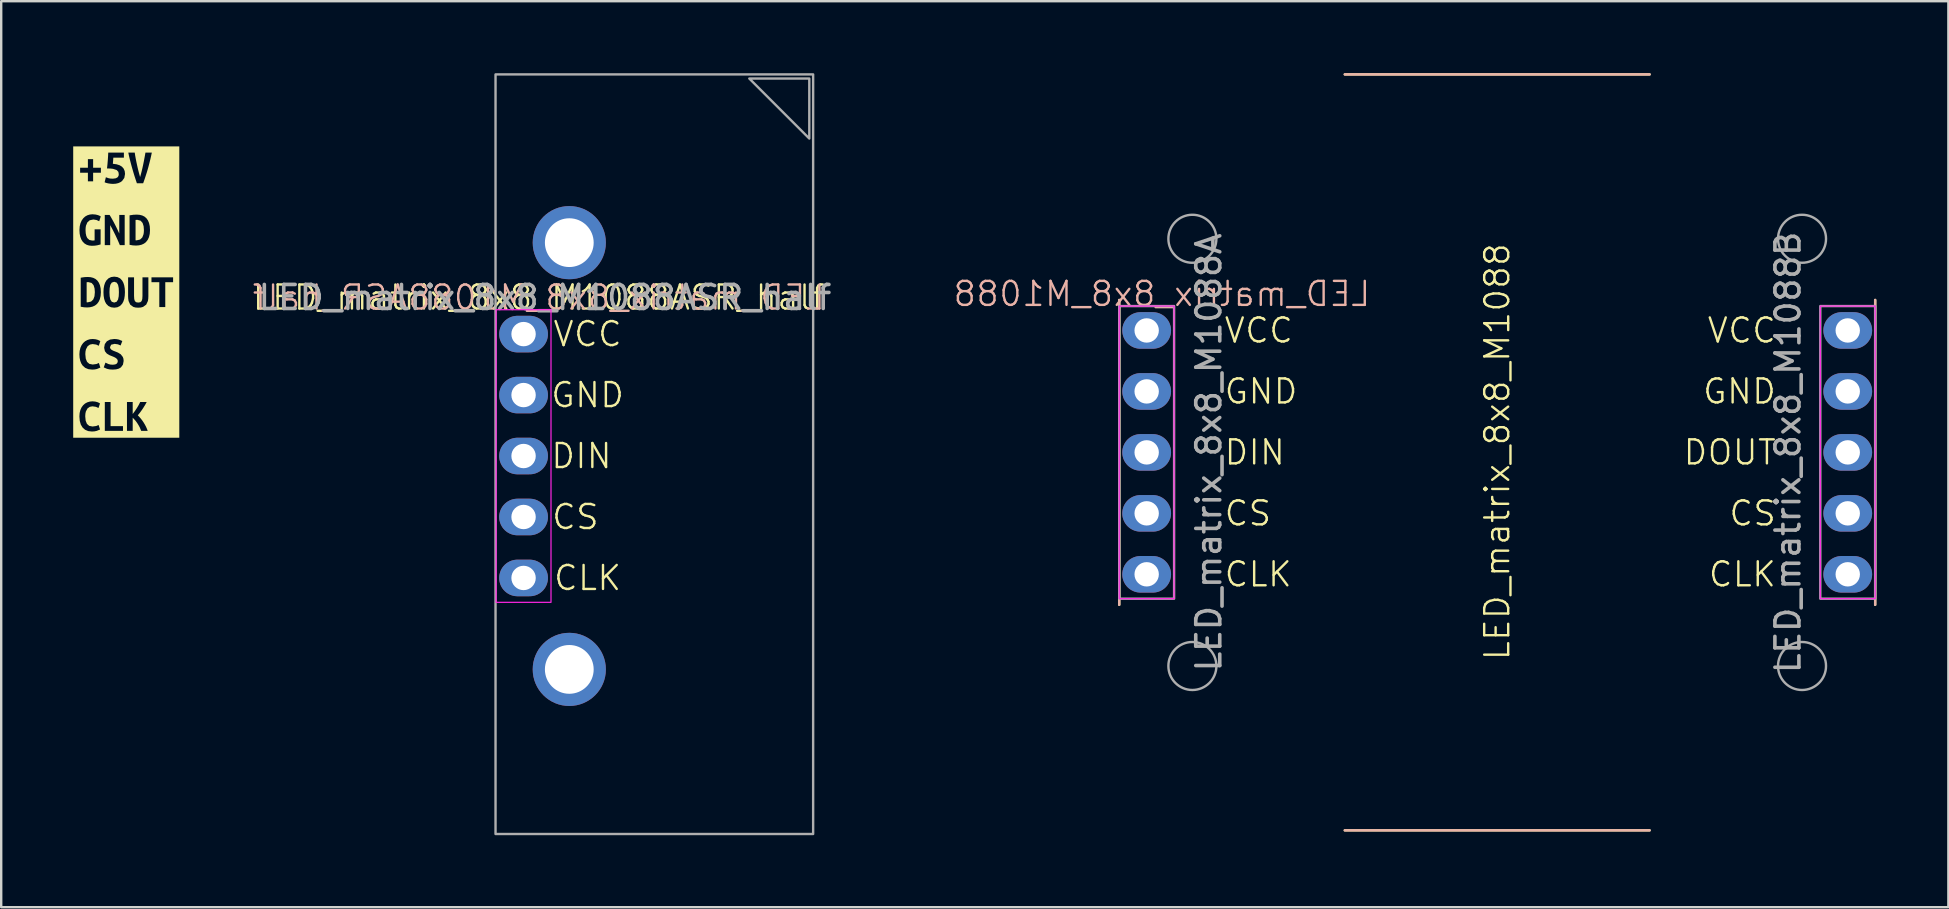
<source format=kicad_pcb>
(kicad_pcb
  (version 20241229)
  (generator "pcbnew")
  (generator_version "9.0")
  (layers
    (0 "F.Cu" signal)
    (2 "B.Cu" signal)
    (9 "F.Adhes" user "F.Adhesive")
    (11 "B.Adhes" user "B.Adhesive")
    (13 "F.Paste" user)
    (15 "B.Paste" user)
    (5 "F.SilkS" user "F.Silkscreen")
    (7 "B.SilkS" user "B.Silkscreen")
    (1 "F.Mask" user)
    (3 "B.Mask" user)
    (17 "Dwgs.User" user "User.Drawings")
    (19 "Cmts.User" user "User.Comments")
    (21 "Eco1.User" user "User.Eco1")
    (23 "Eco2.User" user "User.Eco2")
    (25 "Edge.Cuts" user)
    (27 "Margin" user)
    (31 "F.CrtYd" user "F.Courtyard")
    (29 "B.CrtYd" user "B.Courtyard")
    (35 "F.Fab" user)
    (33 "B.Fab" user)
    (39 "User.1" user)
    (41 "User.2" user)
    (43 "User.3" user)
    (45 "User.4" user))
  (footprint "LED_matrix_8x8_M1088"
    (layer "F.Cu")
    (at 59.33 15.798)
    (property "Reference" "LED_matrix_8x8_M1088" (at 0 -0.025 90) (unlocked yes) (layer "F.SilkS") (effects (font (size 1 1) (thickness 0.1))))
    (attr through_hole)
    (fp_line (start -15.748 -6.35) (end -15.748 6.35) (stroke (width 0.1) (type default)) (layer "F.SilkS"))
    (fp_line (start -6.35 -15.748) (end 6.35 -15.748) (stroke (width 0.1) (type default)) (layer "F.SilkS"))
    (fp_line (start -6.35 15.748) (end 6.35 15.748) (stroke (width 0.1) (type default)) (layer "F.SilkS"))
    (fp_line (start 15.748 -6.35) (end 15.748 6.35) (stroke (width 0.1) (type default)) (layer "F.SilkS"))
    (fp_line (start -15.748 6.35) (end -15.748 -6.35) (stroke (width 0.1) (type default)) (layer "B.SilkS"))
    (fp_line (start -6.35 -15.748) (end 6.35 -15.748) (stroke (width 0.1) (type default)) (layer "B.SilkS"))
    (fp_line (start 6.35 15.748) (end -6.35 15.748) (stroke (width 0.1) (type default)) (layer "B.SilkS"))
    (fp_line (start 15.748 -6.35) (end 15.748 6.35) (stroke (width 0.1) (type default)) (layer "B.SilkS"))
    (fp_rect (start -15.748 -6.096) (end -13.462 6.096) (stroke (width 0.05) (type default)) (fill no) (layer "F.CrtYd"))
    (fp_rect (start 13.462 -6.096) (end 15.748 6.096) (stroke (width 0.05) (type default)) (fill no) (layer "F.CrtYd"))
    (fp_rect (start -15.748 -6.096) (end -13.462 6.096) (stroke (width 0.1) (type solid)) (fill no) (layer "F.Fab"))
    (fp_rect (start 13.462 -6.096) (end 15.748 6.096) (stroke (width 0.1) (type solid)) (fill no) (layer "F.Fab"))
    (fp_circle (center -12.7 -8.9) (end -11.7 -8.9) (stroke (width 0.1) (type default)) (fill no) (layer "F.Fab"))
    (fp_circle (center -12.7 8.9) (end -11.7 8.9) (stroke (width 0.1) (type default)) (fill no) (layer "F.Fab"))
    (fp_circle (center 12.7 -8.9) (end 13.7 -8.9) (stroke (width 0.1) (type default)) (fill no) (layer "F.Fab"))
    (fp_circle (center 12.7 8.9) (end 13.7 8.9) (stroke (width 0.1) (type default)) (fill no) (layer "F.Fab"))
    (fp_text user "VCC" (at 11.684 -5.08 0) (unlocked yes) (layer "F.SilkS") (effects (font (size 1 1) (thickness 0.1)) (justify right)))
    (fp_text user "DOUT" (at 11.684 0 0) (unlocked yes) (layer "F.SilkS") (effects (font (size 1 1) (thickness 0.1)) (justify right)))
    (fp_text user "GND" (at -11.43 -2.54 0) (unlocked yes) (layer "F.SilkS") (effects (font (size 1 1) (thickness 0.1)) (justify left)))
    (fp_text user "CLK" (at -11.43 5.08 0) (unlocked yes) (layer "F.SilkS") (effects (font (size 1 1) (thickness 0.1)) (justify left)))
    (fp_text user "CS" (at 11.684 2.54 0) (unlocked yes) (layer "F.SilkS") (effects (font (size 1 1) (thickness 0.1)) (justify right)))
    (fp_text user "CLK" (at 11.684 5.08 0) (unlocked yes) (layer "F.SilkS") (effects (font (size 1 1) (thickness 0.1)) (justify right)))
    (fp_text user "CS" (at -11.43 2.54 0) (unlocked yes) (layer "F.SilkS") (effects (font (size 1 1) (thickness 0.1)) (justify left)))
    (fp_text user "DIN" (at -11.43 0 0) (unlocked yes) (layer "F.SilkS") (effects (font (size 1 1) (thickness 0.1)) (justify left)))
    (fp_text user "VCC" (at -11.43 -5.08 0) (unlocked yes) (layer "F.SilkS") (effects (font (size 1 1) (thickness 0.1)) (justify left)))
    (fp_text user "GND" (at 11.684 -2.54 0) (unlocked yes) (layer "F.SilkS") (effects (font (size 1 1) (thickness 0.1)) (justify right)))
    (fp_text user "${REFERENCE}" (at -13.97 -6.604 0) (unlocked yes) (layer "B.SilkS") (effects (font (size 1 1) (thickness 0.1)) (justify mirror)))
    (fp_text user "${REFERENCE}A" (at -11.43 0 90) (unlocked yes) (layer "F.Fab") (effects (font (size 1 1) (thickness 0.15)) (justify bottom)))
    (fp_text user "${REFERENCE}B" (at 12.7 0 90) (unlocked yes) (layer "F.Fab") (effects (font (size 1 1) (thickness 0.15)) (justify bottom)))
    (pad "CLK1" thru_hole oval (at -14.605 5.08 180) (size 2.032 1.524) (drill 1.016) (layers "*.Cu" "*.Mask"))
    (pad "CLK2" thru_hole oval (at 14.605 5.08 180) (size 2.032 1.524) (drill 1.016) (layers "*.Cu" "*.Mask"))
    (pad "CS1" thru_hole oval (at -14.605 2.54 180) (size 2.032 1.524) (drill 1.016) (layers "*.Cu" "*.Mask"))
    (pad "CS2" thru_hole oval (at 14.605 2.54 180) (size 2.032 1.524) (drill 1.016) (layers "*.Cu" "*.Mask"))
    (pad "DIN" thru_hole oval (at -14.605 0 180) (size 2.032 1.524) (drill 1.016) (layers "*.Cu" "*.Mask"))
    (pad "DOUT" thru_hole oval (at 14.605 0 180) (size 2.032 1.524) (drill 1.016) (layers "*.Cu" "*.Mask"))
    (pad "GND1" thru_hole oval (at -14.605 -2.54 180) (size 2.032 1.524) (drill 1.016) (layers "*.Cu" "*.Mask"))
    (pad "GND2" thru_hole oval (at 14.605 -2.54 180) (size 2.032 1.524) (drill 1.016) (layers "*.Cu" "*.Mask"))
    (pad "VCC1" thru_hole oval (at -14.605 -5.08 180) (size 2.032 1.524) (drill 1.016) (layers "*.Cu" "*.Mask"))
    (pad "VCC2" thru_hole oval (at 14.605 -5.08 180) (size 2.032 1.524) (drill 1.016) (layers "*.Cu" "*.Mask")))
  (footprint "LED_matrix_8x8_M1088ASR_half"
    (layer "F.Cu")
    (at 33.369 15.95)
    (property "Reference" "LED_matrix_8x8_M1088ASR_half" (at -13.97 -6.604 0) (unlocked yes) (layer "F.SilkS") (effects (font (size 1 1) (thickness 0.1))))
    (attr through_hole)
    (fp_rect (start -15.748 -6.096) (end -13.462 6.096) (stroke (width 0.05) (type default)) (fill no) (layer "F.CrtYd"))
    (fp_rect (start -15.773 -15.9) (end -2.54 15.748) (stroke (width 0.1) (type default)) (fill no) (layer "F.Fab"))
    (fp_poly (pts (xy -2.7 -15.728) (xy -2.7 -13.228) (xy -5.2 -15.728)) (stroke (width 0.1) (type solid)) (fill no) (layer "F.Fab"))
    (fp_text user "GND" (at -11.938 -2.54 0) (unlocked yes) (layer "F.SilkS") (effects (font (size 1 1) (thickness 0.1))))
    (fp_text user "DIN" (at -12.192 0 0) (unlocked yes) (layer "F.SilkS") (effects (font (size 1 1) (thickness 0.1))))
    (fp_text user "CLK" (at -11.938 5.08 0) (unlocked yes) (layer "F.SilkS") (effects (font (size 1 1) (thickness 0.1))))
    (fp_text user "CS" (at -12.446 2.54 0) (unlocked yes) (layer "F.SilkS") (effects (font (size 1 1) (thickness 0.1))))
    (fp_text user "VCC" (at -11.938 -5.08 0) (unlocked yes) (layer "F.SilkS") (effects (font (size 1 1) (thickness 0.1))))
    (fp_text user "${REFERENCE}" (at -13.97 -6.604 0) (unlocked yes) (layer "B.SilkS") (effects (font (size 1 1) (thickness 0.1)) (justify mirror)))
    (fp_text user "${REFERENCE}" (at -13.716 -6.604 0) (unlocked yes) (layer "F.Fab") (effects (font (size 1 1) (thickness 0.15))))
    (pad "" np_thru_hole circle (at -12.7 -8.89) (size 3.048 3.048) (drill 2.032) (layers "*.Cu" "*.Mask"))
    (pad "" np_thru_hole circle (at -12.7 8.89) (size 3.048 3.048) (drill 2.032) (layers "*.Cu" "*.Mask"))
    (pad "CLK" thru_hole oval (at -14.605 5.08 180) (size 2.032 1.524) (drill 1.016) (layers "*.Cu" "*.Mask"))
    (pad "CS" thru_hole oval (at -14.605 2.54 180) (size 2.032 1.524) (drill 1.016) (layers "*.Cu" "*.Mask"))
    (pad "DIN" thru_hole oval (at -14.605 0 180) (size 2.032 1.524) (drill 1.016) (layers "*.Cu" "*.Mask"))
    (pad "GND" thru_hole oval (at -14.605 -2.54 180) (size 2.032 1.524) (drill 1.016) (layers "*.Cu" "*.Mask"))
    (pad "VCC" thru_hole oval (at -14.605 -5.08 180) (size 2.032 1.524) (drill 1.016) (layers "*.Cu" "*.Mask")))
  (footprint "kibuzzard-646134FF"
    (layer "F.Cu")
    (at 2.21 9.118)
    (property "Reference" "kibuzzard-646134FF" (at 0 -9.117 0) (layer "F.SilkS") (effects (font (size 0.001 0.001) (thickness 0.15))))
    (attr board_only exclude_from_pos_files exclude_from_bom)
    (fp_poly (pts (xy -1.65 0.426) (xy -1.628 0.428) (xy -1.606 0.428) (xy -1.465 0.396) (xy -1.373 0.307) (xy -1.323 0.174) (xy -1.308 0.005) (xy -1.32 -0.151) (xy -1.362 -0.286) (xy -1.444 -0.379) (xy -1.578 -0.414) (xy -1.614 -0.413) (xy -1.65 -0.408) (xy -1.65 0.426)) (stroke (width 0) (type solid)) (fill yes) (layer "F.SilkS"))
    (fp_poly (pts (xy 0.388 -2.157) (xy 0.411 -2.155) (xy 0.433 -2.155) (xy 0.576 -2.187) (xy 0.67 -2.277) (xy 0.721 -2.412) (xy 0.732 -2.494) (xy 0.736 -2.584) (xy 0.724 -2.743) (xy 0.681 -2.879) (xy 0.598 -2.973) (xy 0.461 -3.009) (xy 0.425 -3.008) (xy 0.388 -3.003) (xy 0.388 -2.157)) (stroke (width 0) (type solid)) (fill yes) (layer "F.SilkS"))
    (fp_poly (pts (xy -0.699 0.005) (xy -0.691 0.174) (xy -0.663 0.312) (xy -0.604 0.404) (xy -0.502 0.438) (xy -0.401 0.404) (xy -0.341 0.311) (xy -0.313 0.173) (xy -0.306 0.005) (xy -0.313 -0.164) (xy -0.341 -0.302) (xy -0.4 -0.394) (xy -0.502 -0.428) (xy -0.604 -0.394) (xy -0.663 -0.301) (xy -0.691 -0.163) (xy -0.699 0.005)) (stroke (width 0) (type solid)) (fill yes) (layer "F.SilkS"))
    (fp_poly (pts (xy -1.952 -6.069) (xy -2.21 -6.069) (xy -2.21 6.069) (xy -1.952 6.069) (xy -1.429 6.069) (xy -1.429 5.811) (xy -1.585 5.793) (xy -1.715 5.738) (xy -1.818 5.647) (xy -1.893 5.523) (xy -1.937 5.368) (xy -1.952 5.182) (xy -1.942 5.04) (xy -1.911 4.915) (xy -1.863 4.807) (xy -1.798 4.718) (xy -1.718 4.646) (xy -1.624 4.595) (xy -1.519 4.564) (xy -1.42 4.554) (xy -1.42 3.231) (xy -1.579 3.213) (xy -1.711 3.158) (xy -1.815 3.066) (xy -1.875 2.974) (xy -1.917 2.865) (xy -1.943 2.738) (xy -1.952 2.594) (xy -1.941 2.45) (xy -1.91 2.323) (xy -1.86 2.214) (xy -1.795 2.123) (xy -1.714 2.05) (xy -1.632 2.006) (xy -1.632 0.642) (xy -1.761 0.635) (xy -1.897 0.612) (xy -1.897 -0.598) (xy -1.738 -0.622) (xy -1.6 -0.628) (xy -1.483 -0.619) (xy -1.436 -0.607) (xy -1.436 -1.927) (xy -1.548 -1.938) (xy -1.648 -1.969) (xy -1.736 -2.021) (xy -1.81 -2.093) (xy -1.869 -2.185) (xy -1.913 -2.298) (xy -1.941 -2.431) (xy -1.95 -2.584) (xy -1.939 -2.735) (xy -1.907 -2.868) (xy -1.857 -2.981) (xy -1.791 -3.074) (xy -1.712 -3.147) (xy -1.619 -3.199) (xy -1.515 -3.23) (xy -1.405 -3.241) (xy -1.38 -3.238) (xy -1.38 -4.612) (xy -1.598 -4.612) (xy -1.598 -4.971) (xy -1.922 -4.971) (xy -1.922 -5.179) (xy -1.598 -5.179) (xy -1.598 -5.538) (xy -1.38 -5.538) (xy -1.38 -5.179) (xy -1.056 -5.179) (xy -1.056 -4.971) (xy -1.38 -4.971) (xy -1.38 -4.612) (xy -1.38 -3.238) (xy -1.274 -3.229) (xy -1.173 -3.204) (xy -1.103 -3.174) (xy -1.061 -3.149) (xy -1.127 -2.95) (xy -1.236 -3.001) (xy -1.371 -3.023) (xy -1.521 -2.991) (xy -1.622 -2.9) (xy -1.679 -2.762) (xy -1.692 -2.677) (xy -1.696 -2.584) (xy -1.688 -2.447) (xy -1.664 -2.336) (xy -1.625 -2.251) (xy -1.537 -2.171) (xy -1.415 -2.145) (xy -1.366 -2.147) (xy -1.318 -2.153) (xy -1.318 -2.612) (xy -1.068 -2.612) (xy -1.068 -1.984) (xy -1.207 -1.948) (xy -1.311 -1.932) (xy -1.436 -1.927) (xy -1.436 -0.607) (xy -1.377 -0.592) (xy -1.283 -0.546) (xy -1.205 -0.479) (xy -1.143 -0.391) (xy -1.096 -0.283) (xy -1.067 -0.151) (xy -1.057 0.005) (xy -1.068 0.164) (xy -1.1 0.298) (xy -1.152 0.408) (xy -1.219 0.496) (xy -1.303 0.562) (xy -1.401 0.607) (xy -1.511 0.633) (xy -1.632 0.642) (xy -1.632 2.006) (xy -1.619 1.998) (xy -1.512 1.966) (xy -1.397 1.956) (xy -1.279 1.967) (xy -1.187 1.991) (xy -1.121 2.021) (xy -1.081 2.045) (xy -1.144 2.238) (xy -1.253 2.188) (xy -1.401 2.167) (xy -1.512 2.188) (xy -1.609 2.257) (xy -1.678 2.386) (xy -1.698 2.477) (xy -1.705 2.588) (xy -1.687 2.773) (xy -1.633 2.909) (xy -1.538 2.992) (xy -1.397 3.02) (xy -1.24 2.998) (xy -1.14 2.955) (xy -1.079 3.147) (xy -1.218 3.205) (xy -1.312 3.225) (xy -1.42 3.231) (xy -1.42 4.554) (xy -1.405 4.553) (xy -1.289 4.564) (xy -1.199 4.588) (xy -1.134 4.617) (xy -1.094 4.641) (xy -1.156 4.831) (xy -1.264 4.782) (xy -1.409 4.761) (xy -1.519 4.782) (xy -1.615 4.85) (xy -1.683 4.977) (xy -1.702 5.067) (xy -1.709 5.176) (xy -1.691 5.358) (xy -1.638 5.492) (xy -1.544 5.575) (xy -1.405 5.602) (xy -1.25 5.581) (xy -1.152 5.538) (xy -1.092 5.727) (xy -1.229 5.784) (xy -1.322 5.804) (xy -1.429 5.811) (xy -1.429 6.069) (xy -0.136 6.069) (xy -0.136 5.785) (xy -0.893 5.785) (xy -0.893 4.58) (xy -0.652 4.58) (xy -0.652 5.587) (xy -0.559 5.587) (xy -0.559 3.231) (xy -0.696 3.223) (xy -0.802 3.199) (xy -0.938 3.139) (xy -0.867 2.941) (xy -0.74 3) (xy -0.658 3.021) (xy -0.559 3.028) (xy -0.458 3.015) (xy -0.393 2.98) (xy -0.361 2.928) (xy -0.352 2.87) (xy -0.374 2.803) (xy -0.429 2.751) (xy -0.504 2.709) (xy -0.587 2.675) (xy -0.701 2.629) (xy -0.809 2.564) (xy -0.889 2.466) (xy -0.921 2.321) (xy -0.893 2.168) (xy -0.809 2.052) (xy -0.677 1.98) (xy -0.502 1.956) (xy -0.5 1.956) (xy -0.5 0.652) (xy -0.634 0.634) (xy -0.745 0.58) (xy -0.834 0.489) (xy -0.884 0.397) (xy -0.92 0.286) (xy -0.942 0.155) (xy -0.949 0.005) (xy -0.942 -0.146) (xy -0.919 -0.276) (xy -0.882 -0.387) (xy -0.831 -0.479) (xy -0.742 -0.57) (xy -0.632 -0.624) (xy -0.502 -0.642) (xy -0.368 -0.624) (xy -0.266 -0.574) (xy -0.266 -1.954) (xy -0.325 -2.093) (xy -0.387 -2.232) (xy -0.452 -2.371) (xy -0.521 -2.51) (xy -0.593 -2.65) (xy -0.669 -2.789) (xy -0.669 -1.954) (xy -0.895 -1.954) (xy -0.895 -3.212) (xy -0.693 -3.212) (xy -0.637 -3.119) (xy -0.58 -3.018) (xy -0.556 -2.974) (xy -0.556 -4.506) (xy -0.657 -4.513) (xy -0.756 -4.528) (xy -0.842 -4.55) (xy -0.901 -4.573) (xy -0.849 -4.783) (xy -0.734 -4.742) (xy -0.655 -4.728) (xy -0.558 -4.723) (xy -0.435 -4.74) (xy -0.359 -4.782) (xy -0.321 -4.841) (xy -0.311 -4.909) (xy -0.328 -5.007) (xy -0.398 -5.083) (xy -0.548 -5.133) (xy -0.66 -5.146) (xy -0.802 -5.15) (xy -0.783 -5.322) (xy -0.769 -5.49) (xy -0.758 -5.653) (xy -0.75 -5.811) (xy -0.098 -5.811) (xy -0.098 -5.6) (xy -0.538 -5.6) (xy -0.548 -5.462) (xy -0.558 -5.344) (xy -0.402 -5.323) (xy -0.275 -5.282) (xy -0.176 -5.221) (xy -0.106 -5.139) (xy -0.064 -5.039) (xy -0.051 -4.919) (xy -0.081 -4.755) (xy -0.176 -4.624) (xy -0.248 -4.575) (xy -0.335 -4.537) (xy -0.438 -4.514) (xy -0.556 -4.506) (xy -0.556 -2.974) (xy -0.523 -2.914) (xy -0.469 -2.81) (xy -0.417 -2.707) (xy -0.369 -2.608) (xy -0.327 -2.517) (xy -0.291 -2.438) (xy -0.291 -3.212) (xy -0.065 -3.212) (xy -0.065 -1.954) (xy -0.266 -1.954) (xy -0.266 -0.574) (xy -0.257 -0.57) (xy -0.17 -0.479) (xy -0.12 -0.387) (xy -0.084 -0.276) (xy -0.062 -0.146) (xy -0.055 0.005) (xy -0.063 0.155) (xy -0.084 0.286) (xy -0.121 0.397) (xy -0.172 0.489) (xy -0.26 0.58) (xy -0.369 0.634) (xy -0.5 0.652) (xy -0.5 1.956) (xy -0.397 1.962) (xy -0.305 1.981) (xy -0.164 2.039) (xy -0.235 2.226) (xy -0.345 2.179) (xy -0.484 2.159) (xy -0.629 2.194) (xy -0.678 2.299) (xy -0.658 2.362) (xy -0.608 2.409) (xy -0.539 2.445) (xy -0.462 2.475) (xy -0.343 2.523) (xy -0.228 2.595) (xy -0.143 2.705) (xy -0.117 2.78) (xy -0.109 2.872) (xy -0.137 3.024) (xy -0.221 3.138) (xy -0.308 3.19) (xy -0.421 3.221) (xy -0.559 3.231) (xy -0.559 5.587) (xy -0.136 5.587) (xy -0.136 5.785) (xy -0.136 6.069) (xy 0.623 6.069) (xy 0.623 5.785) (xy 0.562 5.638) (xy 0.52 5.561) (xy 0.474 5.485) (xy 0.424 5.412) (xy 0.371 5.344) (xy 0.269 5.234) (xy 0.269 5.785) (xy 0.03 5.785) (xy 0.03 4.58) (xy 0.269 4.58) (xy 0.269 5.081) (xy 0.359 4.96) (xy 0.447 4.828) (xy 0.496 4.745) (xy 0.496 0.652) (xy 0.385 0.644) (xy 0.294 0.619) (xy 0.165 0.524) (xy 0.097 0.374) (xy 0.082 0.28) (xy 0.077 0.177) (xy 0.077 -0.614) (xy 0.325 -0.614) (xy 0.325 0.161) (xy 0.333 0.292) (xy 0.36 0.378) (xy 0.407 0.418) (xy 0.407 -1.937) (xy 0.275 -1.944) (xy 0.138 -1.968) (xy 0.138 -3.196) (xy 0.299 -3.22) (xy 0.439 -3.226) (xy 0.443 -3.226) (xy 0.443 -4.533) (xy 0.392 -4.685) (xy 0.337 -4.855) (xy 0.301 -4.975) (xy 0.266 -5.094) (xy 0.232 -5.213) (xy 0.2 -5.33) (xy 0.171 -5.443) (xy 0.143 -5.551) (xy 0.109 -5.695) (xy 0.086 -5.811) (xy 0.354 -5.811) (xy 0.369 -5.704) (xy 0.391 -5.581) (xy 0.417 -5.448) (xy 0.446 -5.31) (xy 0.477 -5.172) (xy 0.51 -5.036) (xy 0.544 -4.908) (xy 0.577 -4.793) (xy 0.61 -4.906) (xy 0.643 -5.034) (xy 0.675 -5.17) (xy 0.705 -5.308) (xy 0.733 -5.446) (xy 0.758 -5.58) (xy 0.781 -5.703) (xy 0.8 -5.811) (xy 1.066 -5.811) (xy 1.038 -5.68) (xy 1.005 -5.534) (xy 0.966 -5.378) (xy 0.923 -5.213) (xy 0.891 -5.1) (xy 0.857 -4.986) (xy 0.82 -4.871) (xy 0.783 -4.756) (xy 0.744 -4.643) (xy 0.705 -4.533) (xy 0.443 -4.533) (xy 0.443 -3.226) (xy 0.558 -3.217) (xy 0.666 -3.19) (xy 0.761 -3.143) (xy 0.84 -3.075) (xy 0.903 -2.986) (xy 0.95 -2.876) (xy 0.98 -2.742) (xy 0.99 -2.584) (xy 0.979 -2.422) (xy 0.946 -2.286) (xy 0.894 -2.174) (xy 0.825 -2.086) (xy 0.741 -2.019) (xy 0.641 -1.973) (xy 0.529 -1.946) (xy 0.407 -1.937) (xy 0.407 0.418) (xy 0.414 0.424) (xy 0.5 0.438) (xy 0.586 0.424) (xy 0.64 0.377) (xy 0.668 0.29) (xy 0.676 0.159) (xy 0.676 -0.614) (xy 0.922 -0.614) (xy 0.922 0.177) (xy 0.917 0.28) (xy 0.902 0.374) (xy 0.832 0.524) (xy 0.7 0.619) (xy 0.608 0.644) (xy 0.496 0.652) (xy 0.496 4.745) (xy 0.524 4.697) (xy 0.583 4.58) (xy 0.853 4.58) (xy 0.788 4.7) (xy 0.701 4.84) (xy 0.651 4.914) (xy 0.597 4.989) (xy 0.54 5.064) (xy 0.481 5.135) (xy 0.542 5.198) (xy 0.604 5.27) (xy 0.665 5.348) (xy 0.722 5.432) (xy 0.775 5.52) (xy 0.822 5.609) (xy 0.862 5.699) (xy 0.894 5.785) (xy 0.623 5.785) (xy 0.623 6.069) (xy 1.626 6.069) (xy 1.626 0.626) (xy 1.377 0.626) (xy 1.377 -0.41) (xy 1.051 -0.41) (xy 1.051 -0.614) (xy 1.952 -0.614) (xy 1.952 -0.41) (xy 1.626 -0.41) (xy 1.626 0.626) (xy 1.626 6.069) (xy 1.952 6.069) (xy 2.21 6.069) (xy 2.21 -6.069) (xy 1.952 -6.069) (xy -1.952 -6.069)) (stroke (width 0) (type solid)) (fill yes) (layer "F.SilkS")))
  (gr_rect
    (start -3 -3)
    (end 78.128 34.748)
    (stroke (width 0.1) (type default))
    (fill no)
    (layer "Edge.Cuts")))
</source>
